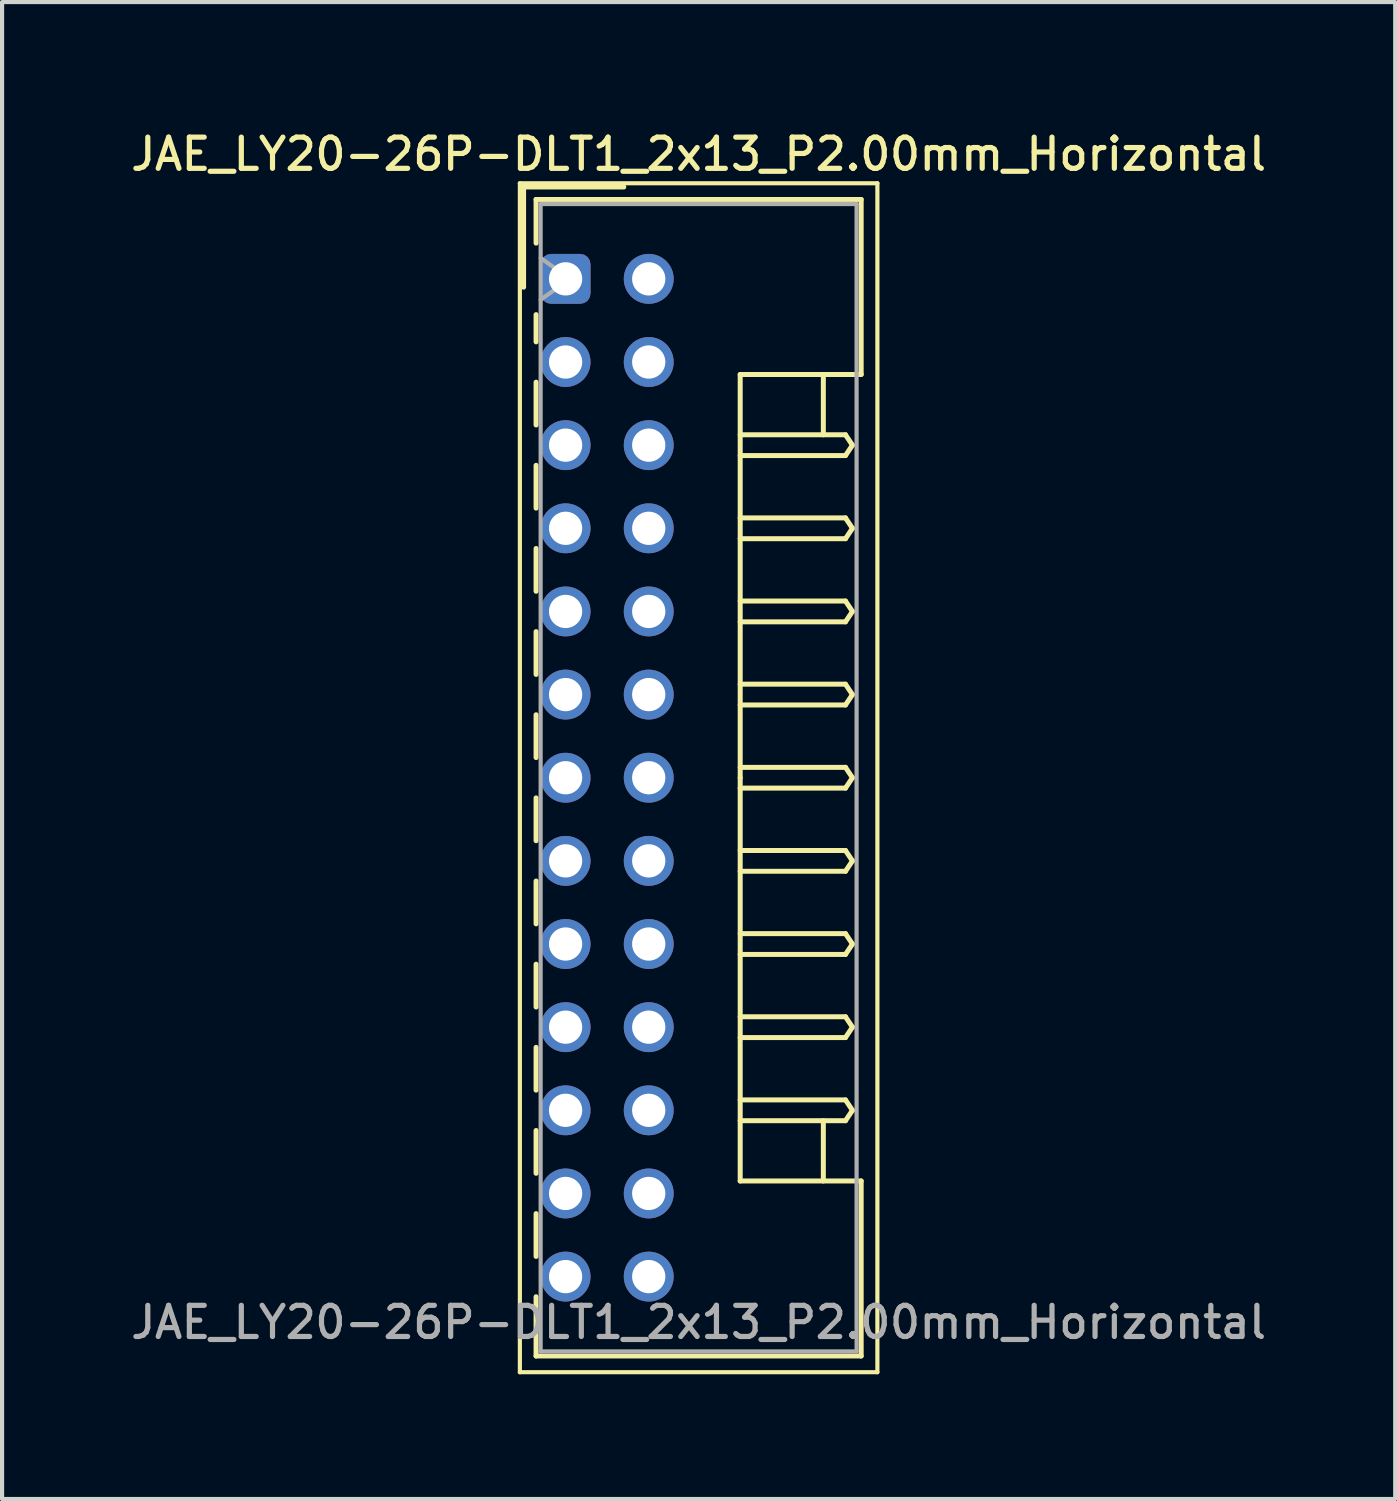
<source format=kicad_pcb>
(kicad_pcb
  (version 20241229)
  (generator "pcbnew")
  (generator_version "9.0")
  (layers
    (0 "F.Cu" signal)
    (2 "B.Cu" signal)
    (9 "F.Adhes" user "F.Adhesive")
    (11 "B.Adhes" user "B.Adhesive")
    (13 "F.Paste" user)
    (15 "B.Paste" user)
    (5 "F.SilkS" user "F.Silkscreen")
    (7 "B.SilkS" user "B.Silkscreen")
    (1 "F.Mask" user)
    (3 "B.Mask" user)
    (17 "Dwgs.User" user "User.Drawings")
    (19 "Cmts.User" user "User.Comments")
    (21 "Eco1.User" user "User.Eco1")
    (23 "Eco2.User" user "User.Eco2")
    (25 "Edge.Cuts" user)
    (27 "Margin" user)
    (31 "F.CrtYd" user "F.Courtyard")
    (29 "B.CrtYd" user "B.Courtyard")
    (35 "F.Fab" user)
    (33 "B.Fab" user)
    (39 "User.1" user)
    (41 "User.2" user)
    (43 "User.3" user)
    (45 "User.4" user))
  (footprint "JAE_LY20-26P-DLT1_2x13_P2.00mm_Horizontal"
    (layer "F.Cu")
    (at 10.555 3.658)
    (property "Reference" "JAE_LY20-26P-DLT1_2x13_P2.00mm_Horizontal" (at 3.2 -3 0) (layer "F.SilkS") (effects (font (size 0.75 0.75) (thickness 0.125))))
    (attr through_hole)
    (fp_line (start -1.1 -2.3) (end -1.1 26.3) (stroke (width 0.1) (type solid)) (layer "F.SilkS"))
    (fp_line (start -1.1 26.3) (end 7.5 26.3) (stroke (width 0.1) (type solid)) (layer "F.SilkS"))
    (fp_line (start -1.01 -2.21) (end -1.01 0.2) (stroke (width 0.12) (type solid)) (layer "F.SilkS"))
    (fp_line (start -0.71 -1.91) (end -0.71 -0.86) (stroke (width 0.12) (type solid)) (layer "F.SilkS"))
    (fp_line (start -0.71 -1.91) (end 7.11 -1.91) (stroke (width 0.12) (type solid)) (layer "F.SilkS"))
    (fp_line (start -0.71 0.86) (end -0.71 1.515) (stroke (width 0.12) (type solid)) (layer "F.SilkS"))
    (fp_line (start -0.71 2.485) (end -0.71 3.515) (stroke (width 0.12) (type solid)) (layer "F.SilkS"))
    (fp_line (start -0.71 4.485) (end -0.71 5.515) (stroke (width 0.12) (type solid)) (layer "F.SilkS"))
    (fp_line (start -0.71 6.485) (end -0.71 7.515) (stroke (width 0.12) (type solid)) (layer "F.SilkS"))
    (fp_line (start -0.71 8.485) (end -0.71 9.515) (stroke (width 0.12) (type solid)) (layer "F.SilkS"))
    (fp_line (start -0.71 10.485) (end -0.71 11.515) (stroke (width 0.12) (type solid)) (layer "F.SilkS"))
    (fp_line (start -0.71 12.485) (end -0.71 13.515) (stroke (width 0.12) (type solid)) (layer "F.SilkS"))
    (fp_line (start -0.71 14.485) (end -0.71 15.515) (stroke (width 0.12) (type solid)) (layer "F.SilkS"))
    (fp_line (start -0.71 16.485) (end -0.71 17.515) (stroke (width 0.12) (type solid)) (layer "F.SilkS"))
    (fp_line (start -0.71 18.485) (end -0.71 19.515) (stroke (width 0.12) (type solid)) (layer "F.SilkS"))
    (fp_line (start -0.71 20.485) (end -0.71 21.515) (stroke (width 0.12) (type solid)) (layer "F.SilkS"))
    (fp_line (start -0.71 22.485) (end -0.71 23.515) (stroke (width 0.12) (type solid)) (layer "F.SilkS"))
    (fp_line (start -0.71 24.485) (end -0.71 25.91) (stroke (width 0.12) (type solid)) (layer "F.SilkS"))
    (fp_line (start -0.71 25.91) (end 7.11 25.91) (stroke (width 0.12) (type solid)) (layer "F.SilkS"))
    (fp_line (start 1.4 -2.21) (end -1.01 -2.21) (stroke (width 0.12) (type solid)) (layer "F.SilkS"))
    (fp_line (start 4.2 2.3) (end 4.2 12) (stroke (width 0.12) (type solid)) (layer "F.SilkS"))
    (fp_line (start 4.2 3.75) (end 6.733 3.75) (stroke (width 0.12) (type solid)) (layer "F.SilkS"))
    (fp_line (start 4.2 5.75) (end 6.733 5.75) (stroke (width 0.12) (type solid)) (layer "F.SilkS"))
    (fp_line (start 4.2 7.75) (end 6.733 7.75) (stroke (width 0.12) (type solid)) (layer "F.SilkS"))
    (fp_line (start 4.2 9.75) (end 6.733 9.75) (stroke (width 0.12) (type solid)) (layer "F.SilkS"))
    (fp_line (start 4.2 11.75) (end 6.733 11.75) (stroke (width 0.12) (type solid)) (layer "F.SilkS"))
    (fp_line (start 4.2 13.75) (end 6.733 13.75) (stroke (width 0.12) (type solid)) (layer "F.SilkS"))
    (fp_line (start 4.2 15.75) (end 6.733 15.75) (stroke (width 0.12) (type solid)) (layer "F.SilkS"))
    (fp_line (start 4.2 17.75) (end 6.733 17.75) (stroke (width 0.12) (type solid)) (layer "F.SilkS"))
    (fp_line (start 4.2 19.75) (end 6.733 19.75) (stroke (width 0.12) (type solid)) (layer "F.SilkS"))
    (fp_line (start 4.2 21.7) (end 4.2 12) (stroke (width 0.12) (type solid)) (layer "F.SilkS"))
    (fp_line (start 6.2 2.3) (end 6.2 3.75) (stroke (width 0.12) (type solid)) (layer "F.SilkS"))
    (fp_line (start 6.2 21.7) (end 6.2 20.25) (stroke (width 0.12) (type solid)) (layer "F.SilkS"))
    (fp_line (start 6.733 3.75) (end 6.9 4) (stroke (width 0.12) (type solid)) (layer "F.SilkS"))
    (fp_line (start 6.733 4.25) (end 4.2 4.25) (stroke (width 0.12) (type solid)) (layer "F.SilkS"))
    (fp_line (start 6.733 5.75) (end 6.9 6) (stroke (width 0.12) (type solid)) (layer "F.SilkS"))
    (fp_line (start 6.733 6.25) (end 4.2 6.25) (stroke (width 0.12) (type solid)) (layer "F.SilkS"))
    (fp_line (start 6.733 7.75) (end 6.9 8) (stroke (width 0.12) (type solid)) (layer "F.SilkS"))
    (fp_line (start 6.733 8.25) (end 4.2 8.25) (stroke (width 0.12) (type solid)) (layer "F.SilkS"))
    (fp_line (start 6.733 9.75) (end 6.9 10) (stroke (width 0.12) (type solid)) (layer "F.SilkS"))
    (fp_line (start 6.733 10.25) (end 4.2 10.25) (stroke (width 0.12) (type solid)) (layer "F.SilkS"))
    (fp_line (start 6.733 11.75) (end 6.9 12) (stroke (width 0.12) (type solid)) (layer "F.SilkS"))
    (fp_line (start 6.733 12.25) (end 4.2 12.25) (stroke (width 0.12) (type solid)) (layer "F.SilkS"))
    (fp_line (start 6.733 13.75) (end 6.9 14) (stroke (width 0.12) (type solid)) (layer "F.SilkS"))
    (fp_line (start 6.733 14.25) (end 4.2 14.25) (stroke (width 0.12) (type solid)) (layer "F.SilkS"))
    (fp_line (start 6.733 15.75) (end 6.9 16) (stroke (width 0.12) (type solid)) (layer "F.SilkS"))
    (fp_line (start 6.733 16.25) (end 4.2 16.25) (stroke (width 0.12) (type solid)) (layer "F.SilkS"))
    (fp_line (start 6.733 17.75) (end 6.9 18) (stroke (width 0.12) (type solid)) (layer "F.SilkS"))
    (fp_line (start 6.733 18.25) (end 4.2 18.25) (stroke (width 0.12) (type solid)) (layer "F.SilkS"))
    (fp_line (start 6.733 19.75) (end 6.9 20) (stroke (width 0.12) (type solid)) (layer "F.SilkS"))
    (fp_line (start 6.733 20.25) (end 4.2 20.25) (stroke (width 0.12) (type solid)) (layer "F.SilkS"))
    (fp_line (start 6.9 4) (end 6.733 4.25) (stroke (width 0.12) (type solid)) (layer "F.SilkS"))
    (fp_line (start 6.9 6) (end 6.733 6.25) (stroke (width 0.12) (type solid)) (layer "F.SilkS"))
    (fp_line (start 6.9 8) (end 6.733 8.25) (stroke (width 0.12) (type solid)) (layer "F.SilkS"))
    (fp_line (start 6.9 10) (end 6.733 10.25) (stroke (width 0.12) (type solid)) (layer "F.SilkS"))
    (fp_line (start 6.9 12) (end 6.733 12.25) (stroke (width 0.12) (type solid)) (layer "F.SilkS"))
    (fp_line (start 6.9 14) (end 6.733 14.25) (stroke (width 0.12) (type solid)) (layer "F.SilkS"))
    (fp_line (start 6.9 16) (end 6.733 16.25) (stroke (width 0.12) (type solid)) (layer "F.SilkS"))
    (fp_line (start 6.9 18) (end 6.733 18.25) (stroke (width 0.12) (type solid)) (layer "F.SilkS"))
    (fp_line (start 6.9 20) (end 6.733 20.25) (stroke (width 0.12) (type solid)) (layer "F.SilkS"))
    (fp_line (start 7.11 -1.91) (end 7.11 2.3) (stroke (width 0.12) (type solid)) (layer "F.SilkS"))
    (fp_line (start 7.11 2.3) (end 4.2 2.3) (stroke (width 0.12) (type solid)) (layer "F.SilkS"))
    (fp_line (start 7.11 21.7) (end 4.2 21.7) (stroke (width 0.12) (type solid)) (layer "F.SilkS"))
    (fp_line (start 7.11 25.91) (end 7.11 21.7) (stroke (width 0.12) (type solid)) (layer "F.SilkS"))
    (fp_line (start 7.5 -2.3) (end -1.1 -2.3) (stroke (width 0.1) (type solid)) (layer "F.SilkS"))
    (fp_line (start 7.5 26.3) (end 7.5 -2.3) (stroke (width 0.1) (type solid)) (layer "F.SilkS"))
    (fp_line (start -0.6 -1.8) (end -0.6 25.8) (stroke (width 0.1) (type solid)) (layer "F.Fab"))
    (fp_line (start -0.6 0.5) (end 0.107 0) (stroke (width 0.1) (type solid)) (layer "F.Fab"))
    (fp_line (start -0.6 25.8) (end 7 25.8) (stroke (width 0.1) (type solid)) (layer "F.Fab"))
    (fp_line (start 0.107 0) (end -0.6 -0.5) (stroke (width 0.1) (type solid)) (layer "F.Fab"))
    (fp_line (start 7 -1.8) (end -0.6 -1.8) (stroke (width 0.1) (type solid)) (layer "F.Fab"))
    (fp_line (start 7 25.8) (end 7 -1.8) (stroke (width 0.1) (type solid)) (layer "F.Fab"))
    (fp_text user "${REFERENCE}" (at 3.2 25.1 0) (layer "F.Fab") (effects (font (size 0.75 0.75) (thickness 0.125))))
    (pad "a1" thru_hole roundrect (at 0 0) (size 1.2 1.2) (drill 0.8) (layers "*.Cu" "*.Mask") (roundrect_rratio 0.208))
    (pad "a2" thru_hole circle (at 0 2) (size 1.2 1.2) (drill 0.8) (layers "*.Cu" "*.Mask"))
    (pad "a3" thru_hole circle (at 0 4) (size 1.2 1.2) (drill 0.8) (layers "*.Cu" "*.Mask"))
    (pad "a4" thru_hole circle (at 0 6) (size 1.2 1.2) (drill 0.8) (layers "*.Cu" "*.Mask"))
    (pad "a5" thru_hole circle (at 0 8) (size 1.2 1.2) (drill 0.8) (layers "*.Cu" "*.Mask"))
    (pad "a6" thru_hole circle (at 0 10) (size 1.2 1.2) (drill 0.8) (layers "*.Cu" "*.Mask"))
    (pad "a7" thru_hole circle (at 0 12) (size 1.2 1.2) (drill 0.8) (layers "*.Cu" "*.Mask"))
    (pad "a8" thru_hole circle (at 0 14) (size 1.2 1.2) (drill 0.8) (layers "*.Cu" "*.Mask"))
    (pad "a9" thru_hole circle (at 0 16) (size 1.2 1.2) (drill 0.8) (layers "*.Cu" "*.Mask"))
    (pad "a10" thru_hole circle (at 0 18) (size 1.2 1.2) (drill 0.8) (layers "*.Cu" "*.Mask"))
    (pad "a11" thru_hole circle (at 0 20) (size 1.2 1.2) (drill 0.8) (layers "*.Cu" "*.Mask"))
    (pad "a12" thru_hole circle (at 0 22) (size 1.2 1.2) (drill 0.8) (layers "*.Cu" "*.Mask"))
    (pad "a13" thru_hole circle (at 0 24) (size 1.2 1.2) (drill 0.8) (layers "*.Cu" "*.Mask"))
    (pad "b1" thru_hole circle (at 2 0) (size 1.2 1.2) (drill 0.8) (layers "*.Cu" "*.Mask"))
    (pad "b2" thru_hole circle (at 2 2) (size 1.2 1.2) (drill 0.8) (layers "*.Cu" "*.Mask"))
    (pad "b3" thru_hole circle (at 2 4) (size 1.2 1.2) (drill 0.8) (layers "*.Cu" "*.Mask"))
    (pad "b4" thru_hole circle (at 2 6) (size 1.2 1.2) (drill 0.8) (layers "*.Cu" "*.Mask"))
    (pad "b5" thru_hole circle (at 2 8) (size 1.2 1.2) (drill 0.8) (layers "*.Cu" "*.Mask"))
    (pad "b6" thru_hole circle (at 2 10) (size 1.2 1.2) (drill 0.8) (layers "*.Cu" "*.Mask"))
    (pad "b7" thru_hole circle (at 2 12) (size 1.2 1.2) (drill 0.8) (layers "*.Cu" "*.Mask"))
    (pad "b8" thru_hole circle (at 2 14) (size 1.2 1.2) (drill 0.8) (layers "*.Cu" "*.Mask"))
    (pad "b9" thru_hole circle (at 2 16) (size 1.2 1.2) (drill 0.8) (layers "*.Cu" "*.Mask"))
    (pad "b10" thru_hole circle (at 2 18) (size 1.2 1.2) (drill 0.8) (layers "*.Cu" "*.Mask"))
    (pad "b11" thru_hole circle (at 2 20) (size 1.2 1.2) (drill 0.8) (layers "*.Cu" "*.Mask"))
    (pad "b12" thru_hole circle (at 2 22) (size 1.2 1.2) (drill 0.8) (layers "*.Cu" "*.Mask"))
    (pad "b13" thru_hole circle (at 2 24) (size 1.2 1.2) (drill 0.8) (layers "*.Cu" "*.Mask")))
  (gr_rect
    (start -3 -3)
    (end 30.511 33.008)
    (stroke (width 0.1) (type default))
    (fill no)
    (layer "Edge.Cuts")))
</source>
